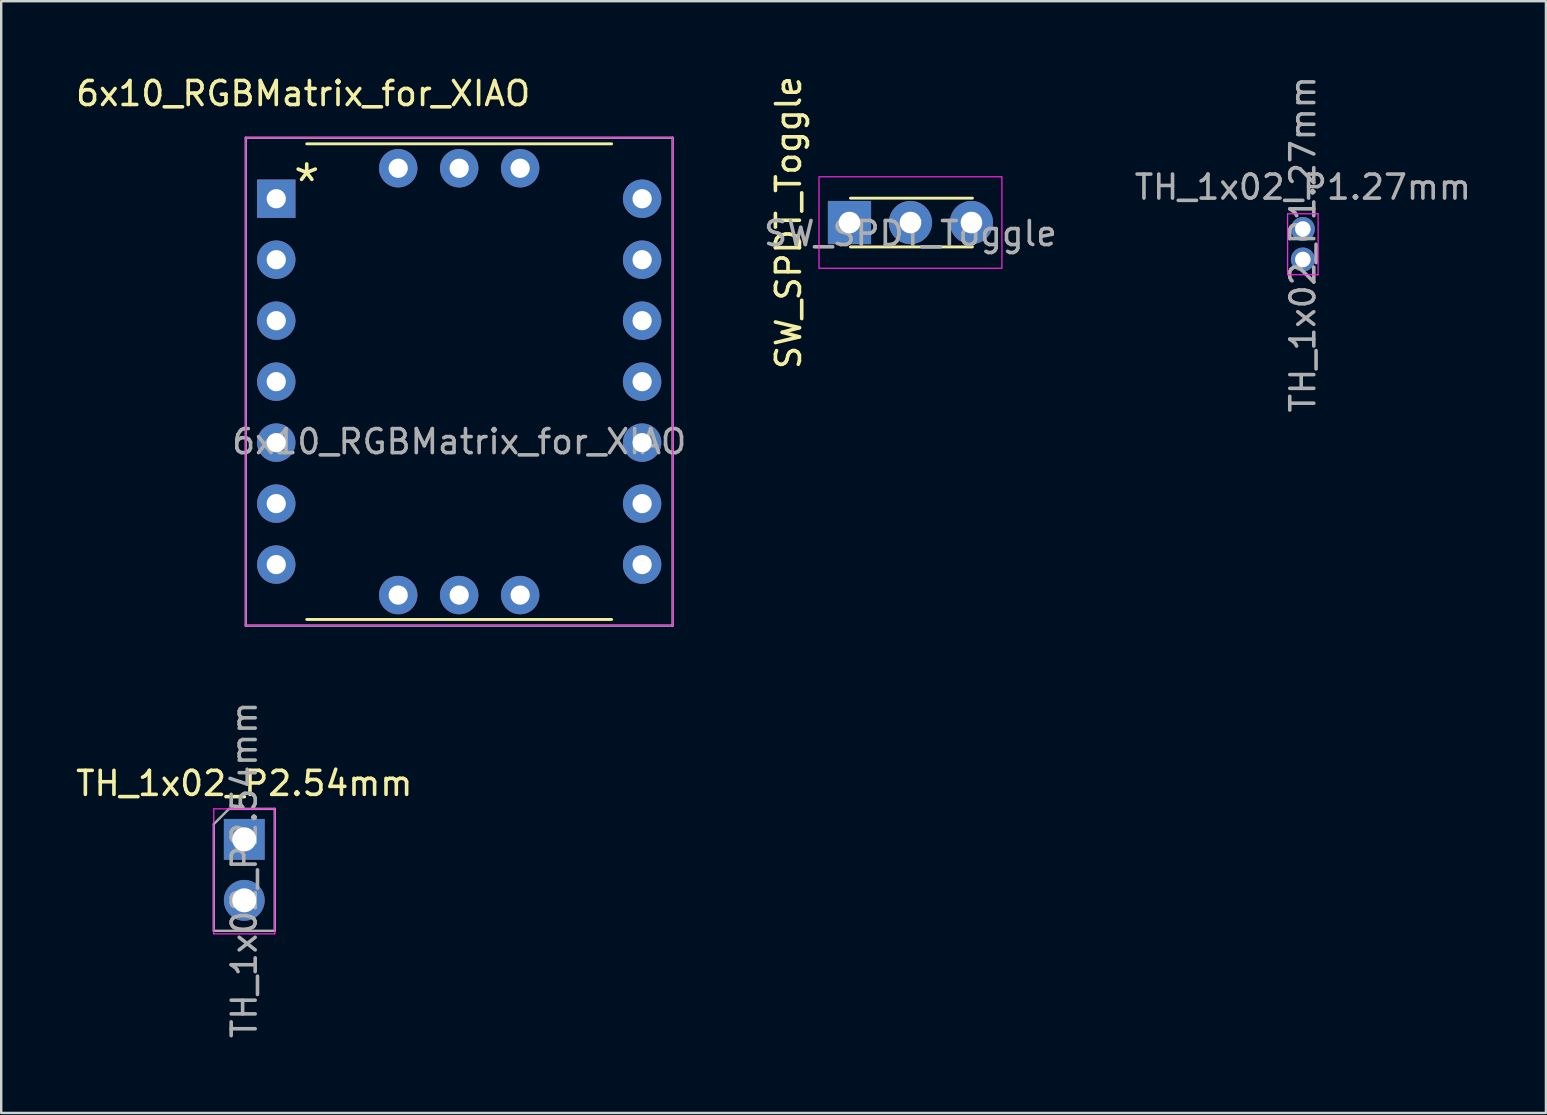
<source format=kicad_pcb>
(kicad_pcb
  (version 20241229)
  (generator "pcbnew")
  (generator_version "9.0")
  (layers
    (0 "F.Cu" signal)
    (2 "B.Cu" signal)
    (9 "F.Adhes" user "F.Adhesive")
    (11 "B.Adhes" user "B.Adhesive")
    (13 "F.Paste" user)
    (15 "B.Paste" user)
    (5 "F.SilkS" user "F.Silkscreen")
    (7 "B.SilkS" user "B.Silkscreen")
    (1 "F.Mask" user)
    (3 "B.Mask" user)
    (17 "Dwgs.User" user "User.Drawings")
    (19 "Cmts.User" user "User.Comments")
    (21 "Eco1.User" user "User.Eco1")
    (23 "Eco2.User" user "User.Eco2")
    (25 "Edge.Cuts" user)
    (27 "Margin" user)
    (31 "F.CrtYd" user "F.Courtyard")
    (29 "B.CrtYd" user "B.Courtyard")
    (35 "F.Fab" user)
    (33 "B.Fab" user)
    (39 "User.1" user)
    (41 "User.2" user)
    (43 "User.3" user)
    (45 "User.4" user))
  (footprint "SW_SPDT_Toggle"
    (layer "F.Cu")
    (at 34.875 6.22)
    (property "Reference" "SW_SPDT_Toggle" (at -5.08 0 270) (layer "F.SilkS") (effects (font (size 1 1) (thickness 0.15))))
    (attr through_hole)
    (fp_line (start 2.58 -1.016) (end -2.5 -1.016) (stroke (width 0.12) (type solid)) (layer "F.SilkS"))
    (fp_line (start 2.58 1.016) (end -2.5 1.016) (stroke (width 0.12) (type solid)) (layer "F.SilkS"))
    (fp_rect (start -3.81 -1.905) (end 3.81 1.905) (stroke (width 0.05) (type default)) (fill no) (layer "F.CrtYd"))
    (fp_text user "${REFERENCE}" (at 0 0.46 0) (layer "F.Fab") (effects (font (size 1 1) (thickness 0.15))))
    (pad "1" thru_hole rect (at -2.54 0) (size 1.8 1.8) (drill 0.9) (layers "*.Cu" "*.Mask"))
    (pad "2" thru_hole circle (at 0 0) (size 1.8 1.8) (drill 0.9) (layers "*.Cu" "*.Mask"))
    (pad "3" thru_hole circle (at 2.54 0) (size 1.8 1.8) (drill 0.9) (layers "*.Cu" "*.Mask")))
  (footprint "6x10_RGBMatrix_for_XIAO"
    (layer "F.Cu")
    (at 16.077 12.848)
    (property "Reference" "6x10_RGBMatrix_for_XIAO" (at -6.5 -12 0) (unlocked yes) (layer "F.SilkS") (effects (font (size 1 1) (thickness 0.15))))
    (attr smd)
    (fp_line (start -6.35 -9.906) (end 6.35 -9.906) (stroke (width 0.12) (type solid)) (layer "F.SilkS"))
    (fp_line (start -6.35 9.906) (end 6.35 9.906) (stroke (width 0.12) (type solid)) (layer "F.SilkS"))
    (fp_rect (start -8.89 -10.16) (end 8.89 10.16) (stroke (width 0.05) (type solid)) (fill no) (layer "F.CrtYd"))
    (fp_line (start -8.89 10.16) (end -8.89 -10.16) (stroke (width 0.1) (type solid)) (layer "F.Fab"))
    (fp_line (start 8.89 -10.16) (end -8.89 -10.16) (stroke (width 0.1) (type solid)) (layer "F.Fab"))
    (fp_line (start 8.89 -10.16) (end 8.89 10.16) (stroke (width 0.1) (type solid)) (layer "F.Fab"))
    (fp_line (start 8.89 10.16) (end -8.89 10.16) (stroke (width 0.1) (type solid)) (layer "F.Fab"))
    (fp_text user "*" (at -6.35 -8.255 0) (unlocked yes) (layer "F.SilkS") (effects (font (size 1.5 1.5) (thickness 0.15))))
    (fp_text user "${REFERENCE}" (at 0 2.5 0) (unlocked yes) (layer "F.Fab") (effects (font (size 1 1) (thickness 0.15))))
    (pad "1" thru_hole rect (at -7.62 -7.62) (size 1.6 1.6) (drill 0.8) (layers "*.Cu" "*.Mask"))
    (pad "1" thru_hole oval (at 2.54 -8.89) (size 1.6 1.6) (drill 0.8) (layers "*.Cu" "*.Mask"))
    (pad "1" thru_hole oval (at 2.54 8.89) (size 1.6 1.6) (drill 0.8) (layers "*.Cu" "*.Mask"))
    (pad "2" thru_hole oval (at -7.62 -5.08) (size 1.6 1.6) (drill 0.8) (layers "*.Cu" "*.Mask"))
    (pad "2" thru_hole oval (at 0 -8.89) (size 1.6 1.6) (drill 0.8) (layers "*.Cu" "*.Mask"))
    (pad "2" thru_hole oval (at 0 8.89) (size 1.6 1.6) (drill 0.8) (layers "*.Cu" "*.Mask"))
    (pad "3" thru_hole oval (at -7.62 -2.54) (size 1.6 1.6) (drill 0.8) (layers "*.Cu" "*.Mask"))
    (pad "4" thru_hole oval (at -7.62 0) (size 1.6 1.6) (drill 0.8) (layers "*.Cu" "*.Mask"))
    (pad "5" thru_hole oval (at -7.62 2.54) (size 1.6 1.6) (drill 0.8) (layers "*.Cu" "*.Mask"))
    (pad "6" thru_hole oval (at -7.62 5.08) (size 1.6 1.6) (drill 0.8) (layers "*.Cu" "*.Mask"))
    (pad "7" thru_hole oval (at -7.62 7.62) (size 1.6 1.6) (drill 0.8) (layers "*.Cu" "*.Mask"))
    (pad "8" thru_hole oval (at 7.62 7.62) (size 1.6 1.6) (drill 0.8) (layers "*.Cu" "*.Mask"))
    (pad "9" thru_hole oval (at 7.62 5.08) (size 1.6 1.6) (drill 0.8) (layers "*.Cu" "*.Mask"))
    (pad "10" thru_hole oval (at 7.62 2.54) (size 1.6 1.6) (drill 0.8) (layers "*.Cu" "*.Mask"))
    (pad "11" thru_hole oval (at 7.62 0) (size 1.6 1.6) (drill 0.8) (layers "*.Cu" "*.Mask"))
    (pad "12" thru_hole oval (at 7.62 -2.54) (size 1.6 1.6) (drill 0.8) (layers "*.Cu" "*.Mask"))
    (pad "13" thru_hole oval (at 7.62 -5.08) (size 1.6 1.6) (drill 0.8) (layers "*.Cu" "*.Mask"))
    (pad "14" thru_hole oval (at -2.54 -8.89) (size 1.6 1.6) (drill 0.8) (layers "*.Cu" "*.Mask"))
    (pad "14" thru_hole oval (at 7.62 -7.62) (size 1.6 1.6) (drill 0.8) (layers "*.Cu" "*.Mask"))
    (pad "15" thru_hole oval (at -2.54 8.89) (size 1.6 1.6) (drill 0.8) (layers "*.Cu" "*.Mask")))
  (footprint "TH_1x02_P2.54mm"
    (layer "F.Cu")
    (at 7.125 31.913)
    (property "Reference" "TH_1x02_P2.54mm" (at 0 -2.33 0) (layer "F.SilkS") (effects (font (size 1 1) (thickness 0.15))))
    (attr through_hole)
    (fp_line (start -1.27 -1.27) (end -1.27 3.937) (stroke (width 0.05) (type solid)) (layer "F.CrtYd"))
    (fp_line (start -1.27 3.937) (end 1.27 3.937) (stroke (width 0.05) (type solid)) (layer "F.CrtYd"))
    (fp_line (start 1.27 -1.27) (end -1.27 -1.27) (stroke (width 0.05) (type solid)) (layer "F.CrtYd"))
    (fp_line (start 1.27 3.937) (end 1.27 -1.27) (stroke (width 0.05) (type solid)) (layer "F.CrtYd"))
    (fp_line (start -1.27 -0.635) (end -0.635 -1.27) (stroke (width 0.1) (type solid)) (layer "F.Fab"))
    (fp_line (start -1.27 3.81) (end -1.27 -0.635) (stroke (width 0.1) (type solid)) (layer "F.Fab"))
    (fp_line (start -0.635 -1.27) (end 1.27 -1.27) (stroke (width 0.1) (type solid)) (layer "F.Fab"))
    (fp_line (start 1.27 -1.27) (end 1.27 3.81) (stroke (width 0.1) (type solid)) (layer "F.Fab"))
    (fp_line (start 1.27 3.81) (end -1.27 3.81) (stroke (width 0.1) (type solid)) (layer "F.Fab"))
    (fp_text user "${REFERENCE}" (at 0 1.27 90) (layer "F.Fab") (effects (font (size 1 1) (thickness 0.15))))
    (pad "1" thru_hole rect (at 0 0) (size 1.7 1.7) (drill 1) (layers "*.Cu" "*.Mask"))
    (pad "2" thru_hole oval (at 0 2.54) (size 1.7 1.7) (drill 1) (layers "*.Cu" "*.Mask")))
  (footprint "TH_1x02_P1.27mm"
    (layer "F.Cu")
    (at 51.22 6.49)
    (property "Reference" "TH_1x02_P1.27mm" (at 0 -1.745 0) (layer "F.Fab") (effects (font (size 1 1) (thickness 0.15))))
    (attr through_hole)
    (fp_line (start -0.635 -0.635) (end -0.635 1.905) (stroke (width 0.05) (type solid)) (layer "F.CrtYd"))
    (fp_line (start -0.635 1.905) (end 0.635 1.905) (stroke (width 0.05) (type solid)) (layer "F.CrtYd"))
    (fp_line (start 0.635 -0.635) (end -0.635 -0.635) (stroke (width 0.05) (type solid)) (layer "F.CrtYd"))
    (fp_line (start 0.635 1.905) (end 0.635 -0.635) (stroke (width 0.05) (type solid)) (layer "F.CrtYd"))
    (fp_text user "${REFERENCE}" (at 0 0.635 90) (layer "F.Fab") (effects (font (size 1 1) (thickness 0.15))))
    (pad "1" thru_hole circle (at 0 0) (size 1 1) (drill 0.65) (layers "*.Cu" "*.Mask"))
    (pad "2" thru_hole circle (at 0 1.27) (size 1 1) (drill 0.65) (layers "*.Cu" "*.Mask")))
  (gr_rect
    (start -3 -3)
    (end 61.345 43.308)
    (stroke (width 0.1) (type default))
    (fill no)
    (layer "Edge.Cuts")))
</source>
